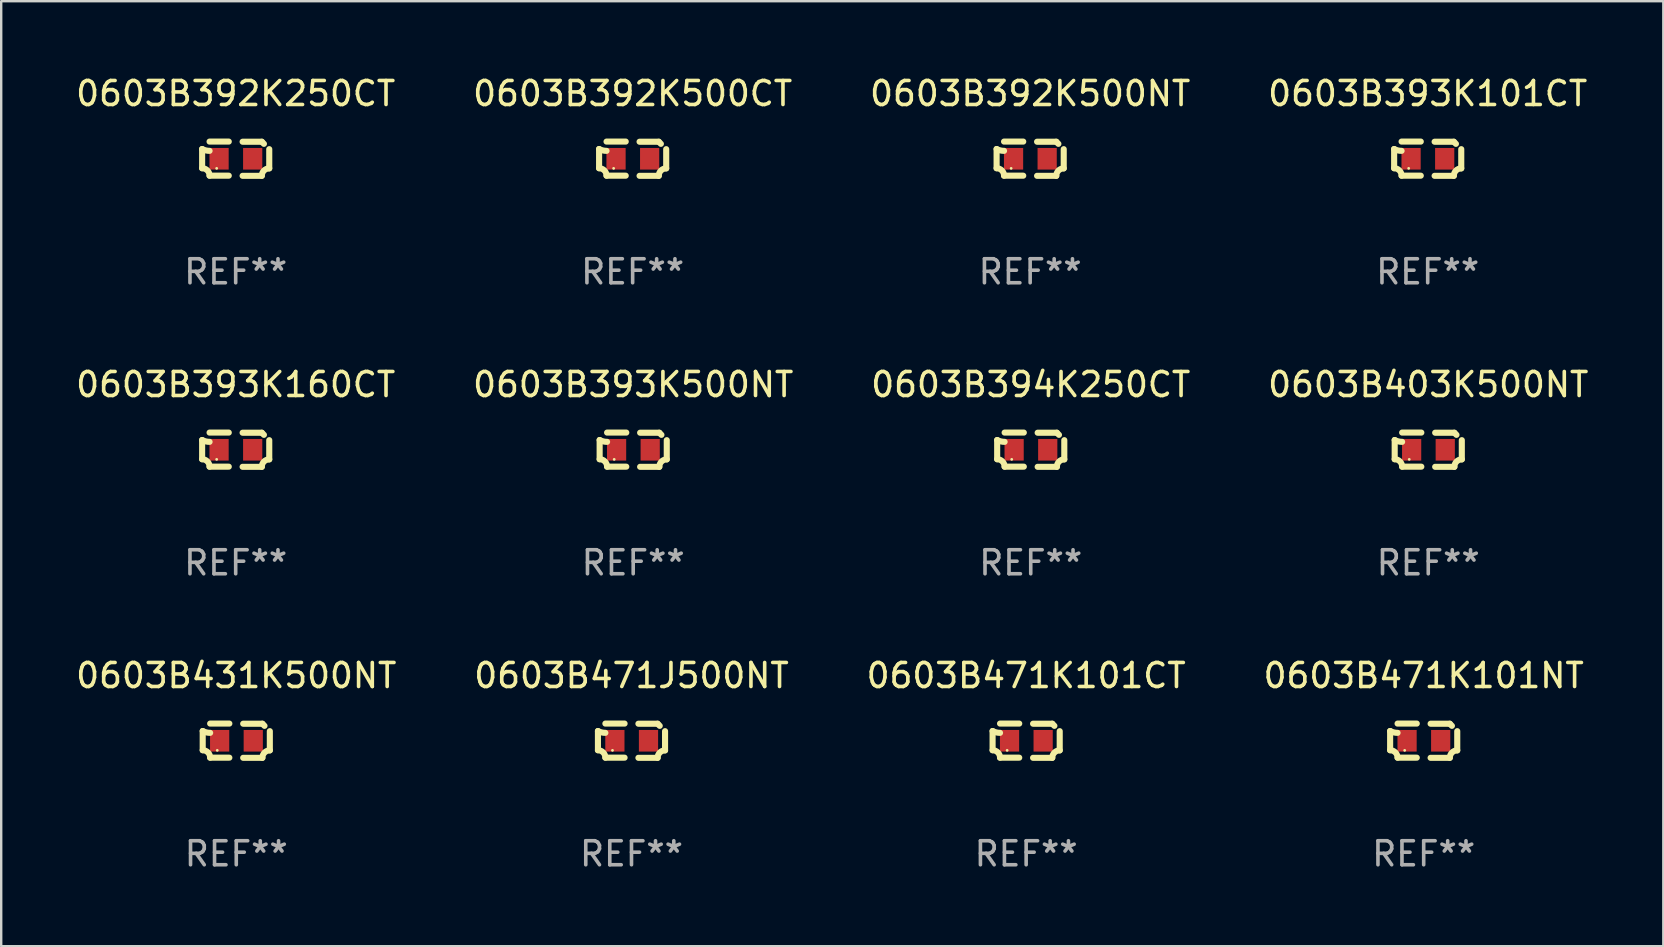
<source format=kicad_pcb>
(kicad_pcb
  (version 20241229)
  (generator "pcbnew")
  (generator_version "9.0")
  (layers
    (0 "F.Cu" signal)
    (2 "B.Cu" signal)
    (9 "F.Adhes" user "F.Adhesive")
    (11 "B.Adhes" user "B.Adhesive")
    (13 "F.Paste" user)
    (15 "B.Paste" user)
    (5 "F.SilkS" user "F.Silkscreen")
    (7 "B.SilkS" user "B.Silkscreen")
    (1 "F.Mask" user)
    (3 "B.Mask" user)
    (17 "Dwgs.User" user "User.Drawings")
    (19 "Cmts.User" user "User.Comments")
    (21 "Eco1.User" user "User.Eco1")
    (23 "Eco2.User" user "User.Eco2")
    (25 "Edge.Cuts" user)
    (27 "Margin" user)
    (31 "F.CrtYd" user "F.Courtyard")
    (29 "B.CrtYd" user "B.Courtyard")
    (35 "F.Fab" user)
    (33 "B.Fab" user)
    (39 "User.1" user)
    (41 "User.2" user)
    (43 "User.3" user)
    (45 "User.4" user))
  (footprint "0603B471K101CT"
    (layer "F.Cu")
    (at 39.696 27.805)
    (property "Reference" "0603B471K101CT" (at 0 -2.713 0) (layer "F.SilkS") (effects (font (size 1 1) (thickness 0.15))))
    (attr through_hole)
    (fp_line (start -1.398 -0.403) (end -1.398 0.397) (stroke (width 0.254) (type solid)) (layer "F.SilkS"))
    (fp_line (start -0.288 -0.713) (end -1.088 -0.713) (stroke (width 0.254) (type solid)) (layer "F.SilkS"))
    (fp_line (start -0.288 0.707) (end -1.088 0.707) (stroke (width 0.254) (type solid)) (layer "F.SilkS"))
    (fp_line (start 0.288 -0.707) (end 1.088 -0.707) (stroke (width 0.254) (type solid)) (layer "F.SilkS"))
    (fp_line (start 0.288 0.713) (end 1.088 0.713) (stroke (width 0.254) (type solid)) (layer "F.SilkS"))
    (fp_line (start 1.398 -0.397) (end 1.398 0.403) (stroke (width 0.254) (type solid)) (layer "F.SilkS"))
    (fp_arc (start -1.397789 0.397066) (mid -1.178701 0.487826) (end -1.08796 0.706922) (stroke (width 0.254001) (type solid)) (layer "F.SilkS"))
    (fp_arc (start -1.08796 -0.327176) (mid -1.247436 -0.346384) (end -1.39779 -0.402908) (stroke (width 0.254001) (type solid)) (layer "F.SilkS"))
    (fp_arc (start 1.087909 0.712738) (mid 1.178656 0.493655) (end 1.397739 0.402908) (stroke (width 0.254001) (type solid)) (layer "F.SilkS"))
    (fp_arc (start 1.175925 -0.618926) (mid 1.131917 -0.662923) (end 1.08791 -0.706922) (stroke (width 0.254001) (type solid)) (layer "F.SilkS"))
    (fp_circle (center -0.792 0.403) (end -0.762 0.403) (stroke (width 0.06) (type solid)) (fill no) (layer "F.SilkS"))
    (fp_text user "REF**" (at 0 4.713 0) (layer "F.Fab") (effects (font (size 1 1) (thickness 0.15))))
    (pad "1" smd rect (at -0.692 0.003) (size 0.8 0.9) (layers "F.Cu" "F.Mask" "F.Paste"))
    (pad "2" smd rect (at 0.708 0.003) (size 0.8 0.9) (layers "F.Cu" "F.Mask" "F.Paste")))
  (footprint "0603B431K500NT"
    (layer "F.Cu")
    (at 6.792 27.805)
    (property "Reference" "0603B431K500NT" (at 0 -2.713 0) (layer "F.SilkS") (effects (font (size 1 1) (thickness 0.15))))
    (attr through_hole)
    (fp_line (start -1.398 -0.403) (end -1.398 0.397) (stroke (width 0.254) (type solid)) (layer "F.SilkS"))
    (fp_line (start -0.288 -0.713) (end -1.088 -0.713) (stroke (width 0.254) (type solid)) (layer "F.SilkS"))
    (fp_line (start -0.288 0.707) (end -1.088 0.707) (stroke (width 0.254) (type solid)) (layer "F.SilkS"))
    (fp_line (start 0.288 -0.707) (end 1.088 -0.707) (stroke (width 0.254) (type solid)) (layer "F.SilkS"))
    (fp_line (start 0.288 0.713) (end 1.088 0.713) (stroke (width 0.254) (type solid)) (layer "F.SilkS"))
    (fp_line (start 1.398 -0.397) (end 1.398 0.403) (stroke (width 0.254) (type solid)) (layer "F.SilkS"))
    (fp_arc (start -1.397789 0.397066) (mid -1.178701 0.487826) (end -1.08796 0.706922) (stroke (width 0.254001) (type solid)) (layer "F.SilkS"))
    (fp_arc (start -1.08796 -0.327176) (mid -1.247436 -0.346384) (end -1.39779 -0.402908) (stroke (width 0.254001) (type solid)) (layer "F.SilkS"))
    (fp_arc (start 1.087909 0.712738) (mid 1.178656 0.493655) (end 1.397739 0.402908) (stroke (width 0.254001) (type solid)) (layer "F.SilkS"))
    (fp_arc (start 1.175925 -0.618926) (mid 1.131917 -0.662923) (end 1.08791 -0.706922) (stroke (width 0.254001) (type solid)) (layer "F.SilkS"))
    (fp_circle (center -0.792 0.403) (end -0.762 0.403) (stroke (width 0.06) (type solid)) (fill no) (layer "F.SilkS"))
    (fp_text user "REF**" (at 0 4.713 0) (layer "F.Fab") (effects (font (size 1 1) (thickness 0.15))))
    (pad "1" smd rect (at -0.692 0.003) (size 0.8 0.9) (layers "F.Cu" "F.Mask" "F.Paste"))
    (pad "2" smd rect (at 0.708 0.003) (size 0.8 0.9) (layers "F.Cu" "F.Mask" "F.Paste")))
  (footprint "0603B403K500NT"
    (layer "F.Cu")
    (at 56.446 15.683)
    (property "Reference" "0603B403K500NT" (at 0 -2.713 0) (layer "F.SilkS") (effects (font (size 1 1) (thickness 0.15))))
    (attr through_hole)
    (fp_line (start -1.398 -0.403) (end -1.398 0.397) (stroke (width 0.254) (type solid)) (layer "F.SilkS"))
    (fp_line (start -0.288 -0.713) (end -1.088 -0.713) (stroke (width 0.254) (type solid)) (layer "F.SilkS"))
    (fp_line (start -0.288 0.707) (end -1.088 0.707) (stroke (width 0.254) (type solid)) (layer "F.SilkS"))
    (fp_line (start 0.288 -0.707) (end 1.088 -0.707) (stroke (width 0.254) (type solid)) (layer "F.SilkS"))
    (fp_line (start 0.288 0.713) (end 1.088 0.713) (stroke (width 0.254) (type solid)) (layer "F.SilkS"))
    (fp_line (start 1.398 -0.397) (end 1.398 0.403) (stroke (width 0.254) (type solid)) (layer "F.SilkS"))
    (fp_arc (start -1.397789 0.397066) (mid -1.178701 0.487826) (end -1.08796 0.706922) (stroke (width 0.254001) (type solid)) (layer "F.SilkS"))
    (fp_arc (start -1.08796 -0.327176) (mid -1.247436 -0.346384) (end -1.39779 -0.402908) (stroke (width 0.254001) (type solid)) (layer "F.SilkS"))
    (fp_arc (start 1.087909 0.712738) (mid 1.178656 0.493655) (end 1.397739 0.402908) (stroke (width 0.254001) (type solid)) (layer "F.SilkS"))
    (fp_arc (start 1.175925 -0.618926) (mid 1.131917 -0.662923) (end 1.08791 -0.706922) (stroke (width 0.254001) (type solid)) (layer "F.SilkS"))
    (fp_circle (center -0.792 0.403) (end -0.762 0.403) (stroke (width 0.06) (type solid)) (fill no) (layer "F.SilkS"))
    (fp_text user "REF**" (at 0 4.713 0) (layer "F.Fab") (effects (font (size 1 1) (thickness 0.15))))
    (pad "1" smd rect (at -0.692 0.003) (size 0.8 0.9) (layers "F.Cu" "F.Mask" "F.Paste"))
    (pad "2" smd rect (at 0.708 0.003) (size 0.8 0.9) (layers "F.Cu" "F.Mask" "F.Paste")))
  (footprint "0603B392K250CT"
    (layer "F.Cu")
    (at 6.768 3.561)
    (property "Reference" "0603B392K250CT" (at 0 -2.713 0) (layer "F.SilkS") (effects (font (size 1 1) (thickness 0.15))))
    (attr through_hole)
    (fp_line (start -1.398 -0.403) (end -1.398 0.397) (stroke (width 0.254) (type solid)) (layer "F.SilkS"))
    (fp_line (start -0.288 -0.713) (end -1.088 -0.713) (stroke (width 0.254) (type solid)) (layer "F.SilkS"))
    (fp_line (start -0.288 0.707) (end -1.088 0.707) (stroke (width 0.254) (type solid)) (layer "F.SilkS"))
    (fp_line (start 0.288 -0.707) (end 1.088 -0.707) (stroke (width 0.254) (type solid)) (layer "F.SilkS"))
    (fp_line (start 0.288 0.713) (end 1.088 0.713) (stroke (width 0.254) (type solid)) (layer "F.SilkS"))
    (fp_line (start 1.398 -0.397) (end 1.398 0.403) (stroke (width 0.254) (type solid)) (layer "F.SilkS"))
    (fp_arc (start -1.397789 0.397066) (mid -1.178701 0.487826) (end -1.08796 0.706922) (stroke (width 0.254001) (type solid)) (layer "F.SilkS"))
    (fp_arc (start -1.08796 -0.327176) (mid -1.247436 -0.346384) (end -1.39779 -0.402908) (stroke (width 0.254001) (type solid)) (layer "F.SilkS"))
    (fp_arc (start 1.087909 0.712738) (mid 1.178656 0.493655) (end 1.397739 0.402908) (stroke (width 0.254001) (type solid)) (layer "F.SilkS"))
    (fp_arc (start 1.175925 -0.618926) (mid 1.131917 -0.662923) (end 1.08791 -0.706922) (stroke (width 0.254001) (type solid)) (layer "F.SilkS"))
    (fp_circle (center -0.792 0.403) (end -0.762 0.403) (stroke (width 0.06) (type solid)) (fill no) (layer "F.SilkS"))
    (fp_text user "REF**" (at 0 4.713 0) (layer "F.Fab") (effects (font (size 1 1) (thickness 0.15))))
    (pad "1" smd rect (at -0.692 0.003) (size 0.8 0.9) (layers "F.Cu" "F.Mask" "F.Paste"))
    (pad "2" smd rect (at 0.708 0.003) (size 0.8 0.9) (layers "F.Cu" "F.Mask" "F.Paste")))
  (footprint "0603B393K500NT"
    (layer "F.Cu")
    (at 23.327 15.683)
    (property "Reference" "0603B393K500NT" (at 0 -2.713 0) (layer "F.SilkS") (effects (font (size 1 1) (thickness 0.15))))
    (attr through_hole)
    (fp_line (start -1.398 -0.403) (end -1.398 0.397) (stroke (width 0.254) (type solid)) (layer "F.SilkS"))
    (fp_line (start -0.288 -0.713) (end -1.088 -0.713) (stroke (width 0.254) (type solid)) (layer "F.SilkS"))
    (fp_line (start -0.288 0.707) (end -1.088 0.707) (stroke (width 0.254) (type solid)) (layer "F.SilkS"))
    (fp_line (start 0.288 -0.707) (end 1.088 -0.707) (stroke (width 0.254) (type solid)) (layer "F.SilkS"))
    (fp_line (start 0.288 0.713) (end 1.088 0.713) (stroke (width 0.254) (type solid)) (layer "F.SilkS"))
    (fp_line (start 1.398 -0.397) (end 1.398 0.403) (stroke (width 0.254) (type solid)) (layer "F.SilkS"))
    (fp_arc (start -1.397789 0.397066) (mid -1.178701 0.487826) (end -1.08796 0.706922) (stroke (width 0.254001) (type solid)) (layer "F.SilkS"))
    (fp_arc (start -1.08796 -0.327176) (mid -1.247436 -0.346384) (end -1.39779 -0.402908) (stroke (width 0.254001) (type solid)) (layer "F.SilkS"))
    (fp_arc (start 1.087909 0.712738) (mid 1.178656 0.493655) (end 1.397739 0.402908) (stroke (width 0.254001) (type solid)) (layer "F.SilkS"))
    (fp_arc (start 1.175925 -0.618926) (mid 1.131917 -0.662923) (end 1.08791 -0.706922) (stroke (width 0.254001) (type solid)) (layer "F.SilkS"))
    (fp_circle (center -0.792 0.403) (end -0.762 0.403) (stroke (width 0.06) (type solid)) (fill no) (layer "F.SilkS"))
    (fp_text user "REF**" (at 0 4.713 0) (layer "F.Fab") (effects (font (size 1 1) (thickness 0.15))))
    (pad "1" smd rect (at -0.692 0.003) (size 0.8 0.9) (layers "F.Cu" "F.Mask" "F.Paste"))
    (pad "2" smd rect (at 0.708 0.003) (size 0.8 0.9) (layers "F.Cu" "F.Mask" "F.Paste")))
  (footprint "0603B394K250CT"
    (layer "F.Cu")
    (at 39.887 15.683)
    (property "Reference" "0603B394K250CT" (at 0 -2.713 0) (layer "F.SilkS") (effects (font (size 1 1) (thickness 0.15))))
    (attr through_hole)
    (fp_line (start -1.398 -0.403) (end -1.398 0.397) (stroke (width 0.254) (type solid)) (layer "F.SilkS"))
    (fp_line (start -0.288 -0.713) (end -1.088 -0.713) (stroke (width 0.254) (type solid)) (layer "F.SilkS"))
    (fp_line (start -0.288 0.707) (end -1.088 0.707) (stroke (width 0.254) (type solid)) (layer "F.SilkS"))
    (fp_line (start 0.288 -0.707) (end 1.088 -0.707) (stroke (width 0.254) (type solid)) (layer "F.SilkS"))
    (fp_line (start 0.288 0.713) (end 1.088 0.713) (stroke (width 0.254) (type solid)) (layer "F.SilkS"))
    (fp_line (start 1.398 -0.397) (end 1.398 0.403) (stroke (width 0.254) (type solid)) (layer "F.SilkS"))
    (fp_arc (start -1.397789 0.397066) (mid -1.178701 0.487826) (end -1.08796 0.706922) (stroke (width 0.254001) (type solid)) (layer "F.SilkS"))
    (fp_arc (start -1.08796 -0.327176) (mid -1.247436 -0.346384) (end -1.39779 -0.402908) (stroke (width 0.254001) (type solid)) (layer "F.SilkS"))
    (fp_arc (start 1.087909 0.712738) (mid 1.178656 0.493655) (end 1.397739 0.402908) (stroke (width 0.254001) (type solid)) (layer "F.SilkS"))
    (fp_arc (start 1.175925 -0.618926) (mid 1.131917 -0.662923) (end 1.08791 -0.706922) (stroke (width 0.254001) (type solid)) (layer "F.SilkS"))
    (fp_circle (center -0.792 0.403) (end -0.762 0.403) (stroke (width 0.06) (type solid)) (fill no) (layer "F.SilkS"))
    (fp_text user "REF**" (at 0 4.713 0) (layer "F.Fab") (effects (font (size 1 1) (thickness 0.15))))
    (pad "1" smd rect (at -0.692 0.003) (size 0.8 0.9) (layers "F.Cu" "F.Mask" "F.Paste"))
    (pad "2" smd rect (at 0.708 0.003) (size 0.8 0.9) (layers "F.Cu" "F.Mask" "F.Paste")))
  (footprint "0603B471J500NT"
    (layer "F.Cu")
    (at 23.256 27.805)
    (property "Reference" "0603B471J500NT" (at 0 -2.713 0) (layer "F.SilkS") (effects (font (size 1 1) (thickness 0.15))))
    (attr through_hole)
    (fp_line (start -1.398 -0.403) (end -1.398 0.397) (stroke (width 0.254) (type solid)) (layer "F.SilkS"))
    (fp_line (start -0.288 -0.713) (end -1.088 -0.713) (stroke (width 0.254) (type solid)) (layer "F.SilkS"))
    (fp_line (start -0.288 0.707) (end -1.088 0.707) (stroke (width 0.254) (type solid)) (layer "F.SilkS"))
    (fp_line (start 0.288 -0.707) (end 1.088 -0.707) (stroke (width 0.254) (type solid)) (layer "F.SilkS"))
    (fp_line (start 0.288 0.713) (end 1.088 0.713) (stroke (width 0.254) (type solid)) (layer "F.SilkS"))
    (fp_line (start 1.398 -0.397) (end 1.398 0.403) (stroke (width 0.254) (type solid)) (layer "F.SilkS"))
    (fp_arc (start -1.397789 0.397066) (mid -1.178701 0.487826) (end -1.08796 0.706922) (stroke (width 0.254001) (type solid)) (layer "F.SilkS"))
    (fp_arc (start -1.08796 -0.327176) (mid -1.247436 -0.346384) (end -1.39779 -0.402908) (stroke (width 0.254001) (type solid)) (layer "F.SilkS"))
    (fp_arc (start 1.087909 0.712738) (mid 1.178656 0.493655) (end 1.397739 0.402908) (stroke (width 0.254001) (type solid)) (layer "F.SilkS"))
    (fp_arc (start 1.175925 -0.618926) (mid 1.131917 -0.662923) (end 1.08791 -0.706922) (stroke (width 0.254001) (type solid)) (layer "F.SilkS"))
    (fp_circle (center -0.792 0.403) (end -0.762 0.403) (stroke (width 0.06) (type solid)) (fill no) (layer "F.SilkS"))
    (fp_text user "REF**" (at 0 4.713 0) (layer "F.Fab") (effects (font (size 1 1) (thickness 0.15))))
    (pad "1" smd rect (at -0.692 0.003) (size 0.8 0.9) (layers "F.Cu" "F.Mask" "F.Paste"))
    (pad "2" smd rect (at 0.708 0.003) (size 0.8 0.9) (layers "F.Cu" "F.Mask" "F.Paste")))
  (footprint "0603B392K500CT"
    (layer "F.Cu")
    (at 23.304 3.561)
    (property "Reference" "0603B392K500CT" (at 0 -2.713 0) (layer "F.SilkS") (effects (font (size 1 1) (thickness 0.15))))
    (attr through_hole)
    (fp_line (start -1.398 -0.403) (end -1.398 0.397) (stroke (width 0.254) (type solid)) (layer "F.SilkS"))
    (fp_line (start -0.288 -0.713) (end -1.088 -0.713) (stroke (width 0.254) (type solid)) (layer "F.SilkS"))
    (fp_line (start -0.288 0.707) (end -1.088 0.707) (stroke (width 0.254) (type solid)) (layer "F.SilkS"))
    (fp_line (start 0.288 -0.707) (end 1.088 -0.707) (stroke (width 0.254) (type solid)) (layer "F.SilkS"))
    (fp_line (start 0.288 0.713) (end 1.088 0.713) (stroke (width 0.254) (type solid)) (layer "F.SilkS"))
    (fp_line (start 1.398 -0.397) (end 1.398 0.403) (stroke (width 0.254) (type solid)) (layer "F.SilkS"))
    (fp_arc (start -1.397789 0.397066) (mid -1.178701 0.487826) (end -1.08796 0.706922) (stroke (width 0.254001) (type solid)) (layer "F.SilkS"))
    (fp_arc (start -1.08796 -0.327176) (mid -1.247436 -0.346384) (end -1.39779 -0.402908) (stroke (width 0.254001) (type solid)) (layer "F.SilkS"))
    (fp_arc (start 1.087909 0.712738) (mid 1.178656 0.493655) (end 1.397739 0.402908) (stroke (width 0.254001) (type solid)) (layer "F.SilkS"))
    (fp_arc (start 1.175925 -0.618926) (mid 1.131917 -0.662923) (end 1.08791 -0.706922) (stroke (width 0.254001) (type solid)) (layer "F.SilkS"))
    (fp_circle (center -0.792 0.403) (end -0.762 0.403) (stroke (width 0.06) (type solid)) (fill no) (layer "F.SilkS"))
    (fp_text user "REF**" (at 0 4.713 0) (layer "F.Fab") (effects (font (size 1 1) (thickness 0.15))))
    (pad "1" smd rect (at -0.692 0.003) (size 0.8 0.9) (layers "F.Cu" "F.Mask" "F.Paste"))
    (pad "2" smd rect (at 0.708 0.003) (size 0.8 0.9) (layers "F.Cu" "F.Mask" "F.Paste")))
  (footprint "0603B392K500NT"
    (layer "F.Cu")
    (at 39.863 3.561)
    (property "Reference" "0603B392K500NT" (at 0 -2.713 0) (layer "F.SilkS") (effects (font (size 1 1) (thickness 0.15))))
    (attr through_hole)
    (fp_line (start -1.398 -0.403) (end -1.398 0.397) (stroke (width 0.254) (type solid)) (layer "F.SilkS"))
    (fp_line (start -0.288 -0.713) (end -1.088 -0.713) (stroke (width 0.254) (type solid)) (layer "F.SilkS"))
    (fp_line (start -0.288 0.707) (end -1.088 0.707) (stroke (width 0.254) (type solid)) (layer "F.SilkS"))
    (fp_line (start 0.288 -0.707) (end 1.088 -0.707) (stroke (width 0.254) (type solid)) (layer "F.SilkS"))
    (fp_line (start 0.288 0.713) (end 1.088 0.713) (stroke (width 0.254) (type solid)) (layer "F.SilkS"))
    (fp_line (start 1.398 -0.397) (end 1.398 0.403) (stroke (width 0.254) (type solid)) (layer "F.SilkS"))
    (fp_arc (start -1.397789 0.397066) (mid -1.178701 0.487826) (end -1.08796 0.706922) (stroke (width 0.254001) (type solid)) (layer "F.SilkS"))
    (fp_arc (start -1.08796 -0.327176) (mid -1.247436 -0.346384) (end -1.39779 -0.402908) (stroke (width 0.254001) (type solid)) (layer "F.SilkS"))
    (fp_arc (start 1.087909 0.712738) (mid 1.178656 0.493655) (end 1.397739 0.402908) (stroke (width 0.254001) (type solid)) (layer "F.SilkS"))
    (fp_arc (start 1.175925 -0.618926) (mid 1.131917 -0.662923) (end 1.08791 -0.706922) (stroke (width 0.254001) (type solid)) (layer "F.SilkS"))
    (fp_circle (center -0.792 0.403) (end -0.762 0.403) (stroke (width 0.06) (type solid)) (fill no) (layer "F.SilkS"))
    (fp_text user "REF**" (at 0 4.713 0) (layer "F.Fab") (effects (font (size 1 1) (thickness 0.15))))
    (pad "1" smd rect (at -0.692 0.003) (size 0.8 0.9) (layers "F.Cu" "F.Mask" "F.Paste"))
    (pad "2" smd rect (at 0.708 0.003) (size 0.8 0.9) (layers "F.Cu" "F.Mask" "F.Paste")))
  (footprint "0603B393K160CT"
    (layer "F.Cu")
    (at 6.768 15.683)
    (property "Reference" "0603B393K160CT" (at 0 -2.713 0) (layer "F.SilkS") (effects (font (size 1 1) (thickness 0.15))))
    (attr through_hole)
    (fp_line (start -1.398 -0.403) (end -1.398 0.397) (stroke (width 0.254) (type solid)) (layer "F.SilkS"))
    (fp_line (start -0.288 -0.713) (end -1.088 -0.713) (stroke (width 0.254) (type solid)) (layer "F.SilkS"))
    (fp_line (start -0.288 0.707) (end -1.088 0.707) (stroke (width 0.254) (type solid)) (layer "F.SilkS"))
    (fp_line (start 0.288 -0.707) (end 1.088 -0.707) (stroke (width 0.254) (type solid)) (layer "F.SilkS"))
    (fp_line (start 0.288 0.713) (end 1.088 0.713) (stroke (width 0.254) (type solid)) (layer "F.SilkS"))
    (fp_line (start 1.398 -0.397) (end 1.398 0.403) (stroke (width 0.254) (type solid)) (layer "F.SilkS"))
    (fp_arc (start -1.397789 0.397066) (mid -1.178701 0.487826) (end -1.08796 0.706922) (stroke (width 0.254001) (type solid)) (layer "F.SilkS"))
    (fp_arc (start -1.08796 -0.327176) (mid -1.247436 -0.346384) (end -1.39779 -0.402908) (stroke (width 0.254001) (type solid)) (layer "F.SilkS"))
    (fp_arc (start 1.087909 0.712738) (mid 1.178656 0.493655) (end 1.397739 0.402908) (stroke (width 0.254001) (type solid)) (layer "F.SilkS"))
    (fp_arc (start 1.175925 -0.618926) (mid 1.131917 -0.662923) (end 1.08791 -0.706922) (stroke (width 0.254001) (type solid)) (layer "F.SilkS"))
    (fp_circle (center -0.792 0.403) (end -0.762 0.403) (stroke (width 0.06) (type solid)) (fill no) (layer "F.SilkS"))
    (fp_text user "REF**" (at 0 4.713 0) (layer "F.Fab") (effects (font (size 1 1) (thickness 0.15))))
    (pad "1" smd rect (at -0.692 0.003) (size 0.8 0.9) (layers "F.Cu" "F.Mask" "F.Paste"))
    (pad "2" smd rect (at 0.708 0.003) (size 0.8 0.9) (layers "F.Cu" "F.Mask" "F.Paste")))
  (footprint "0603B393K101CT"
    (layer "F.Cu")
    (at 56.423 3.561)
    (property "Reference" "0603B393K101CT" (at 0 -2.713 0) (layer "F.SilkS") (effects (font (size 1 1) (thickness 0.15))))
    (attr through_hole)
    (fp_line (start -1.398 -0.403) (end -1.398 0.397) (stroke (width 0.254) (type solid)) (layer "F.SilkS"))
    (fp_line (start -0.288 -0.713) (end -1.088 -0.713) (stroke (width 0.254) (type solid)) (layer "F.SilkS"))
    (fp_line (start -0.288 0.707) (end -1.088 0.707) (stroke (width 0.254) (type solid)) (layer "F.SilkS"))
    (fp_line (start 0.288 -0.707) (end 1.088 -0.707) (stroke (width 0.254) (type solid)) (layer "F.SilkS"))
    (fp_line (start 0.288 0.713) (end 1.088 0.713) (stroke (width 0.254) (type solid)) (layer "F.SilkS"))
    (fp_line (start 1.398 -0.397) (end 1.398 0.403) (stroke (width 0.254) (type solid)) (layer "F.SilkS"))
    (fp_arc (start -1.397789 0.397066) (mid -1.178701 0.487826) (end -1.08796 0.706922) (stroke (width 0.254001) (type solid)) (layer "F.SilkS"))
    (fp_arc (start -1.08796 -0.327176) (mid -1.247436 -0.346384) (end -1.39779 -0.402908) (stroke (width 0.254001) (type solid)) (layer "F.SilkS"))
    (fp_arc (start 1.087909 0.712738) (mid 1.178656 0.493655) (end 1.397739 0.402908) (stroke (width 0.254001) (type solid)) (layer "F.SilkS"))
    (fp_arc (start 1.175925 -0.618926) (mid 1.131917 -0.662923) (end 1.08791 -0.706922) (stroke (width 0.254001) (type solid)) (layer "F.SilkS"))
    (fp_circle (center -0.792 0.403) (end -0.762 0.403) (stroke (width 0.06) (type solid)) (fill no) (layer "F.SilkS"))
    (fp_text user "REF**" (at 0 4.713 0) (layer "F.Fab") (effects (font (size 1 1) (thickness 0.15))))
    (pad "1" smd rect (at -0.692 0.003) (size 0.8 0.9) (layers "F.Cu" "F.Mask" "F.Paste"))
    (pad "2" smd rect (at 0.708 0.003) (size 0.8 0.9) (layers "F.Cu" "F.Mask" "F.Paste")))
  (footprint "0603B471K101NT"
    (layer "F.Cu")
    (at 56.256 27.805)
    (property "Reference" "0603B471K101NT" (at 0 -2.713 0) (layer "F.SilkS") (effects (font (size 1 1) (thickness 0.15))))
    (attr through_hole)
    (fp_line (start -1.398 -0.403) (end -1.398 0.397) (stroke (width 0.254) (type solid)) (layer "F.SilkS"))
    (fp_line (start -0.288 -0.713) (end -1.088 -0.713) (stroke (width 0.254) (type solid)) (layer "F.SilkS"))
    (fp_line (start -0.288 0.707) (end -1.088 0.707) (stroke (width 0.254) (type solid)) (layer "F.SilkS"))
    (fp_line (start 0.288 -0.707) (end 1.088 -0.707) (stroke (width 0.254) (type solid)) (layer "F.SilkS"))
    (fp_line (start 0.288 0.713) (end 1.088 0.713) (stroke (width 0.254) (type solid)) (layer "F.SilkS"))
    (fp_line (start 1.398 -0.397) (end 1.398 0.403) (stroke (width 0.254) (type solid)) (layer "F.SilkS"))
    (fp_arc (start -1.397789 0.397066) (mid -1.178701 0.487826) (end -1.08796 0.706922) (stroke (width 0.254001) (type solid)) (layer "F.SilkS"))
    (fp_arc (start -1.08796 -0.327176) (mid -1.247436 -0.346384) (end -1.39779 -0.402908) (stroke (width 0.254001) (type solid)) (layer "F.SilkS"))
    (fp_arc (start 1.087909 0.712738) (mid 1.178656 0.493655) (end 1.397739 0.402908) (stroke (width 0.254001) (type solid)) (layer "F.SilkS"))
    (fp_arc (start 1.175925 -0.618926) (mid 1.131917 -0.662923) (end 1.08791 -0.706922) (stroke (width 0.254001) (type solid)) (layer "F.SilkS"))
    (fp_circle (center -0.792 0.403) (end -0.762 0.403) (stroke (width 0.06) (type solid)) (fill no) (layer "F.SilkS"))
    (fp_text user "REF**" (at 0 4.713 0) (layer "F.Fab") (effects (font (size 1 1) (thickness 0.15))))
    (pad "1" smd rect (at -0.692 0.003) (size 0.8 0.9) (layers "F.Cu" "F.Mask" "F.Paste"))
    (pad "2" smd rect (at 0.708 0.003) (size 0.8 0.9) (layers "F.Cu" "F.Mask" "F.Paste")))
  (gr_rect
    (start -3 -3)
    (end 66.238 36.366)
    (stroke (width 0.1) (type default))
    (fill no)
    (layer "Edge.Cuts")))
</source>
